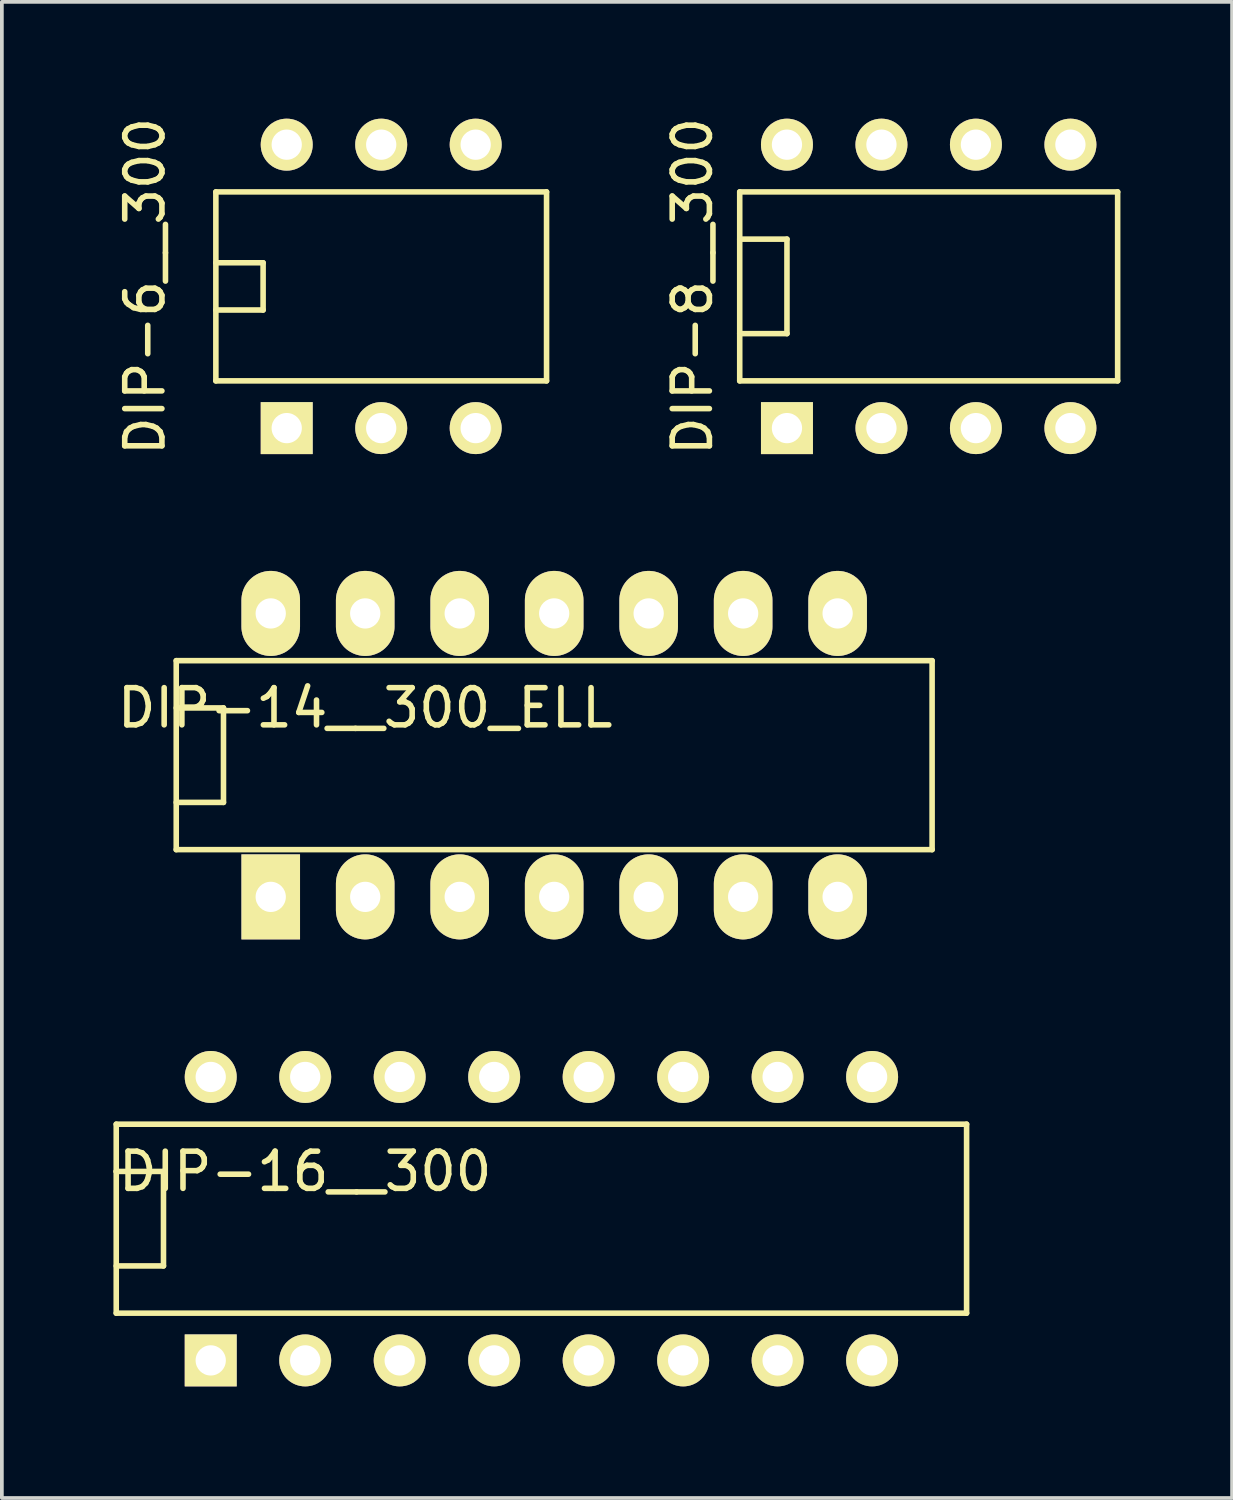
<source format=kicad_pcb>
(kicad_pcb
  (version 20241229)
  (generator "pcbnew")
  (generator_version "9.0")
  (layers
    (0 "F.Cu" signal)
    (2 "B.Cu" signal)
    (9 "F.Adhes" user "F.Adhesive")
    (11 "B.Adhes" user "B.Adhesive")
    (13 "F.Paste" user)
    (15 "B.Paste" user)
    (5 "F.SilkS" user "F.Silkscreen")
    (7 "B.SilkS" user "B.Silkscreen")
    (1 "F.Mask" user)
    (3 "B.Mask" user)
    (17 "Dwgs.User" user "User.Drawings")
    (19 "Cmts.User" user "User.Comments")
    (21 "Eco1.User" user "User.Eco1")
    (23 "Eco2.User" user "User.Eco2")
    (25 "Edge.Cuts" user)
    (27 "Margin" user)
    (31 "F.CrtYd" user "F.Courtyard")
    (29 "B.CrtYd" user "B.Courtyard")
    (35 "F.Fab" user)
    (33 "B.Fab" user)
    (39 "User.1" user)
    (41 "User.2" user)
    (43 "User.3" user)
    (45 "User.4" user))
  (footprint "DIP-6__300"
    (layer "F.Cu")
    (at 7.198 4.649)
    (property "Reference" "DIP-6__300" (at -6.35 0 90) (layer "F.SilkS") (effects (font (size 1 1) (thickness 0.15))))
    (attr through_hole)
    (fp_line (start -4.445 -2.54) (end 4.445 -2.54) (stroke (width 0.15) (type solid)) (layer "F.SilkS"))
    (fp_line (start -4.445 -0.635) (end -3.175 -0.635) (stroke (width 0.15) (type solid)) (layer "F.SilkS"))
    (fp_line (start -4.445 2.54) (end -4.445 -2.54) (stroke (width 0.15) (type solid)) (layer "F.SilkS"))
    (fp_line (start -3.175 -0.635) (end -3.175 0.635) (stroke (width 0.15) (type solid)) (layer "F.SilkS"))
    (fp_line (start -3.175 0.635) (end -4.445 0.635) (stroke (width 0.15) (type solid)) (layer "F.SilkS"))
    (fp_line (start 4.445 -2.54) (end 4.445 2.54) (stroke (width 0.15) (type solid)) (layer "F.SilkS"))
    (fp_line (start 4.445 2.54) (end -4.445 2.54) (stroke (width 0.15) (type solid)) (layer "F.SilkS"))
    (pad "1" thru_hole rect (at -2.54 3.81) (size 1.397 1.397) (drill 0.813) (layers "*.Cu" "*.Mask" "F.SilkS"))
    (pad "2" thru_hole circle (at 0 3.81) (size 1.397 1.397) (drill 0.813) (layers "*.Cu" "*.Mask" "F.SilkS"))
    (pad "3" thru_hole circle (at 2.54 3.81) (size 1.397 1.397) (drill 0.813) (layers "*.Cu" "*.Mask" "F.SilkS"))
    (pad "4" thru_hole circle (at 2.54 -3.81) (size 1.397 1.397) (drill 0.813) (layers "*.Cu" "*.Mask" "F.SilkS"))
    (pad "5" thru_hole circle (at 0 -3.81) (size 1.397 1.397) (drill 0.813) (layers "*.Cu" "*.Mask" "F.SilkS"))
    (pad "6" thru_hole circle (at -2.54 -3.81) (size 1.397 1.397) (drill 0.813) (layers "*.Cu" "*.Mask" "F.SilkS")))
  (footprint "DIP-14__300_ELL"
    (layer "F.Cu")
    (at 11.848 17.251)
    (property "Reference" "DIP-14__300_ELL" (at -5.08 -1.27 0) (layer "F.SilkS") (effects (font (size 1 1) (thickness 0.15))))
    (attr through_hole)
    (fp_line (start -10.16 -2.54) (end 10.16 -2.54) (stroke (width 0.15) (type solid)) (layer "F.SilkS"))
    (fp_line (start -10.16 -1.27) (end -8.89 -1.27) (stroke (width 0.15) (type solid)) (layer "F.SilkS"))
    (fp_line (start -10.16 2.54) (end -10.16 -2.54) (stroke (width 0.15) (type solid)) (layer "F.SilkS"))
    (fp_line (start -8.89 -1.27) (end -8.89 1.27) (stroke (width 0.15) (type solid)) (layer "F.SilkS"))
    (fp_line (start -8.89 1.27) (end -10.16 1.27) (stroke (width 0.15) (type solid)) (layer "F.SilkS"))
    (fp_line (start 10.16 -2.54) (end 10.16 2.54) (stroke (width 0.15) (type solid)) (layer "F.SilkS"))
    (fp_line (start 10.16 2.54) (end -10.16 2.54) (stroke (width 0.15) (type solid)) (layer "F.SilkS"))
    (pad "1" thru_hole rect (at -7.62 3.81) (size 1.575 2.286) (drill 0.813) (layers "*.Cu" "*.Mask" "F.SilkS"))
    (pad "2" thru_hole oval (at -5.08 3.81) (size 1.575 2.286) (drill 0.813) (layers "*.Cu" "*.Mask" "F.SilkS"))
    (pad "3" thru_hole oval (at -2.54 3.81) (size 1.575 2.286) (drill 0.813) (layers "*.Cu" "*.Mask" "F.SilkS"))
    (pad "4" thru_hole oval (at 0 3.81) (size 1.575 2.286) (drill 0.813) (layers "*.Cu" "*.Mask" "F.SilkS"))
    (pad "5" thru_hole oval (at 2.54 3.81) (size 1.575 2.286) (drill 0.813) (layers "*.Cu" "*.Mask" "F.SilkS"))
    (pad "6" thru_hole oval (at 5.08 3.81) (size 1.575 2.286) (drill 0.813) (layers "*.Cu" "*.Mask" "F.SilkS"))
    (pad "7" thru_hole oval (at 7.62 3.81) (size 1.575 2.286) (drill 0.813) (layers "*.Cu" "*.Mask" "F.SilkS"))
    (pad "8" thru_hole oval (at 7.62 -3.81) (size 1.575 2.286) (drill 0.813) (layers "*.Cu" "*.Mask" "F.SilkS"))
    (pad "9" thru_hole oval (at 5.08 -3.81) (size 1.575 2.286) (drill 0.813) (layers "*.Cu" "*.Mask" "F.SilkS"))
    (pad "10" thru_hole oval (at 2.54 -3.81) (size 1.575 2.286) (drill 0.813) (layers "*.Cu" "*.Mask" "F.SilkS"))
    (pad "11" thru_hole oval (at 0 -3.81) (size 1.575 2.286) (drill 0.813) (layers "*.Cu" "*.Mask" "F.SilkS"))
    (pad "12" thru_hole oval (at -2.54 -3.81) (size 1.575 2.286) (drill 0.813) (layers "*.Cu" "*.Mask" "F.SilkS"))
    (pad "13" thru_hole oval (at -5.08 -3.81) (size 1.575 2.286) (drill 0.813) (layers "*.Cu" "*.Mask" "F.SilkS"))
    (pad "14" thru_hole oval (at -7.62 -3.81) (size 1.575 2.286) (drill 0.813) (layers "*.Cu" "*.Mask" "F.SilkS")))
  (footprint "DIP-8__300"
    (layer "F.Cu")
    (at 21.916 4.649)
    (property "Reference" "DIP-8__300" (at -6.35 0 90) (layer "F.SilkS") (effects (font (size 1 1) (thickness 0.15))))
    (attr through_hole)
    (fp_line (start -5.08 -2.54) (end 5.08 -2.54) (stroke (width 0.15) (type solid)) (layer "F.SilkS"))
    (fp_line (start -5.08 -1.27) (end -3.81 -1.27) (stroke (width 0.15) (type solid)) (layer "F.SilkS"))
    (fp_line (start -5.08 2.54) (end -5.08 -2.54) (stroke (width 0.15) (type solid)) (layer "F.SilkS"))
    (fp_line (start -3.81 -1.27) (end -3.81 1.27) (stroke (width 0.15) (type solid)) (layer "F.SilkS"))
    (fp_line (start -3.81 1.27) (end -5.08 1.27) (stroke (width 0.15) (type solid)) (layer "F.SilkS"))
    (fp_line (start 5.08 -2.54) (end 5.08 2.54) (stroke (width 0.15) (type solid)) (layer "F.SilkS"))
    (fp_line (start 5.08 2.54) (end -5.08 2.54) (stroke (width 0.15) (type solid)) (layer "F.SilkS"))
    (pad "1" thru_hole rect (at -3.81 3.81) (size 1.397 1.397) (drill 0.813) (layers "*.Cu" "*.Mask" "F.SilkS"))
    (pad "2" thru_hole circle (at -1.27 3.81) (size 1.397 1.397) (drill 0.813) (layers "*.Cu" "*.Mask" "F.SilkS"))
    (pad "3" thru_hole circle (at 1.27 3.81) (size 1.397 1.397) (drill 0.813) (layers "*.Cu" "*.Mask" "F.SilkS"))
    (pad "4" thru_hole circle (at 3.81 3.81) (size 1.397 1.397) (drill 0.813) (layers "*.Cu" "*.Mask" "F.SilkS"))
    (pad "5" thru_hole circle (at 3.81 -3.81) (size 1.397 1.397) (drill 0.813) (layers "*.Cu" "*.Mask" "F.SilkS"))
    (pad "6" thru_hole circle (at 1.27 -3.81) (size 1.397 1.397) (drill 0.813) (layers "*.Cu" "*.Mask" "F.SilkS"))
    (pad "7" thru_hole circle (at -1.27 -3.81) (size 1.397 1.397) (drill 0.813) (layers "*.Cu" "*.Mask" "F.SilkS"))
    (pad "8" thru_hole circle (at -3.81 -3.81) (size 1.397 1.397) (drill 0.813) (layers "*.Cu" "*.Mask" "F.SilkS")))
  (footprint "DIP-16__300"
    (layer "F.Cu")
    (at 11.505 29.712)
    (property "Reference" "DIP-16__300" (at -6.35 -1.27 0) (layer "F.SilkS") (effects (font (size 1 1) (thickness 0.15))))
    (attr through_hole)
    (fp_line (start -11.43 -2.54) (end 11.43 -2.54) (stroke (width 0.15) (type solid)) (layer "F.SilkS"))
    (fp_line (start -11.43 -1.27) (end -11.43 -1.27) (stroke (width 0.15) (type solid)) (layer "F.SilkS"))
    (fp_line (start -11.43 -1.27) (end -10.16 -1.27) (stroke (width 0.15) (type solid)) (layer "F.SilkS"))
    (fp_line (start -11.43 2.54) (end -11.43 -2.54) (stroke (width 0.15) (type solid)) (layer "F.SilkS"))
    (fp_line (start -10.16 -1.27) (end -10.16 1.27) (stroke (width 0.15) (type solid)) (layer "F.SilkS"))
    (fp_line (start -10.16 1.27) (end -11.43 1.27) (stroke (width 0.15) (type solid)) (layer "F.SilkS"))
    (fp_line (start 11.43 -2.54) (end 11.43 2.54) (stroke (width 0.15) (type solid)) (layer "F.SilkS"))
    (fp_line (start 11.43 2.54) (end -11.43 2.54) (stroke (width 0.15) (type solid)) (layer "F.SilkS"))
    (pad "1" thru_hole rect (at -8.89 3.81) (size 1.397 1.397) (drill 0.813) (layers "*.Cu" "*.Mask" "F.SilkS"))
    (pad "2" thru_hole circle (at -6.35 3.81) (size 1.397 1.397) (drill 0.813) (layers "*.Cu" "*.Mask" "F.SilkS"))
    (pad "3" thru_hole circle (at -3.81 3.81) (size 1.397 1.397) (drill 0.813) (layers "*.Cu" "*.Mask" "F.SilkS"))
    (pad "4" thru_hole circle (at -1.27 3.81) (size 1.397 1.397) (drill 0.813) (layers "*.Cu" "*.Mask" "F.SilkS"))
    (pad "5" thru_hole circle (at 1.27 3.81) (size 1.397 1.397) (drill 0.813) (layers "*.Cu" "*.Mask" "F.SilkS"))
    (pad "6" thru_hole circle (at 3.81 3.81) (size 1.397 1.397) (drill 0.813) (layers "*.Cu" "*.Mask" "F.SilkS"))
    (pad "7" thru_hole circle (at 6.35 3.81) (size 1.397 1.397) (drill 0.813) (layers "*.Cu" "*.Mask" "F.SilkS"))
    (pad "8" thru_hole circle (at 8.89 3.81) (size 1.397 1.397) (drill 0.813) (layers "*.Cu" "*.Mask" "F.SilkS"))
    (pad "9" thru_hole circle (at 8.89 -3.81) (size 1.397 1.397) (drill 0.813) (layers "*.Cu" "*.Mask" "F.SilkS"))
    (pad "10" thru_hole circle (at 6.35 -3.81) (size 1.397 1.397) (drill 0.813) (layers "*.Cu" "*.Mask" "F.SilkS"))
    (pad "11" thru_hole circle (at 3.81 -3.81) (size 1.397 1.397) (drill 0.813) (layers "*.Cu" "*.Mask" "F.SilkS"))
    (pad "12" thru_hole circle (at 1.27 -3.81) (size 1.397 1.397) (drill 0.813) (layers "*.Cu" "*.Mask" "F.SilkS"))
    (pad "13" thru_hole circle (at -1.27 -3.81) (size 1.397 1.397) (drill 0.813) (layers "*.Cu" "*.Mask" "F.SilkS"))
    (pad "14" thru_hole circle (at -3.81 -3.81) (size 1.397 1.397) (drill 0.813) (layers "*.Cu" "*.Mask" "F.SilkS"))
    (pad "15" thru_hole circle (at -6.35 -3.81) (size 1.397 1.397) (drill 0.813) (layers "*.Cu" "*.Mask" "F.SilkS"))
    (pad "16" thru_hole circle (at -8.89 -3.81) (size 1.397 1.397) (drill 0.813) (layers "*.Cu" "*.Mask" "F.SilkS")))
  (gr_rect
    (start -3 -3)
    (end 30.072 37.221)
    (stroke (width 0.1) (type default))
    (fill no)
    (layer "Edge.Cuts")))
</source>
